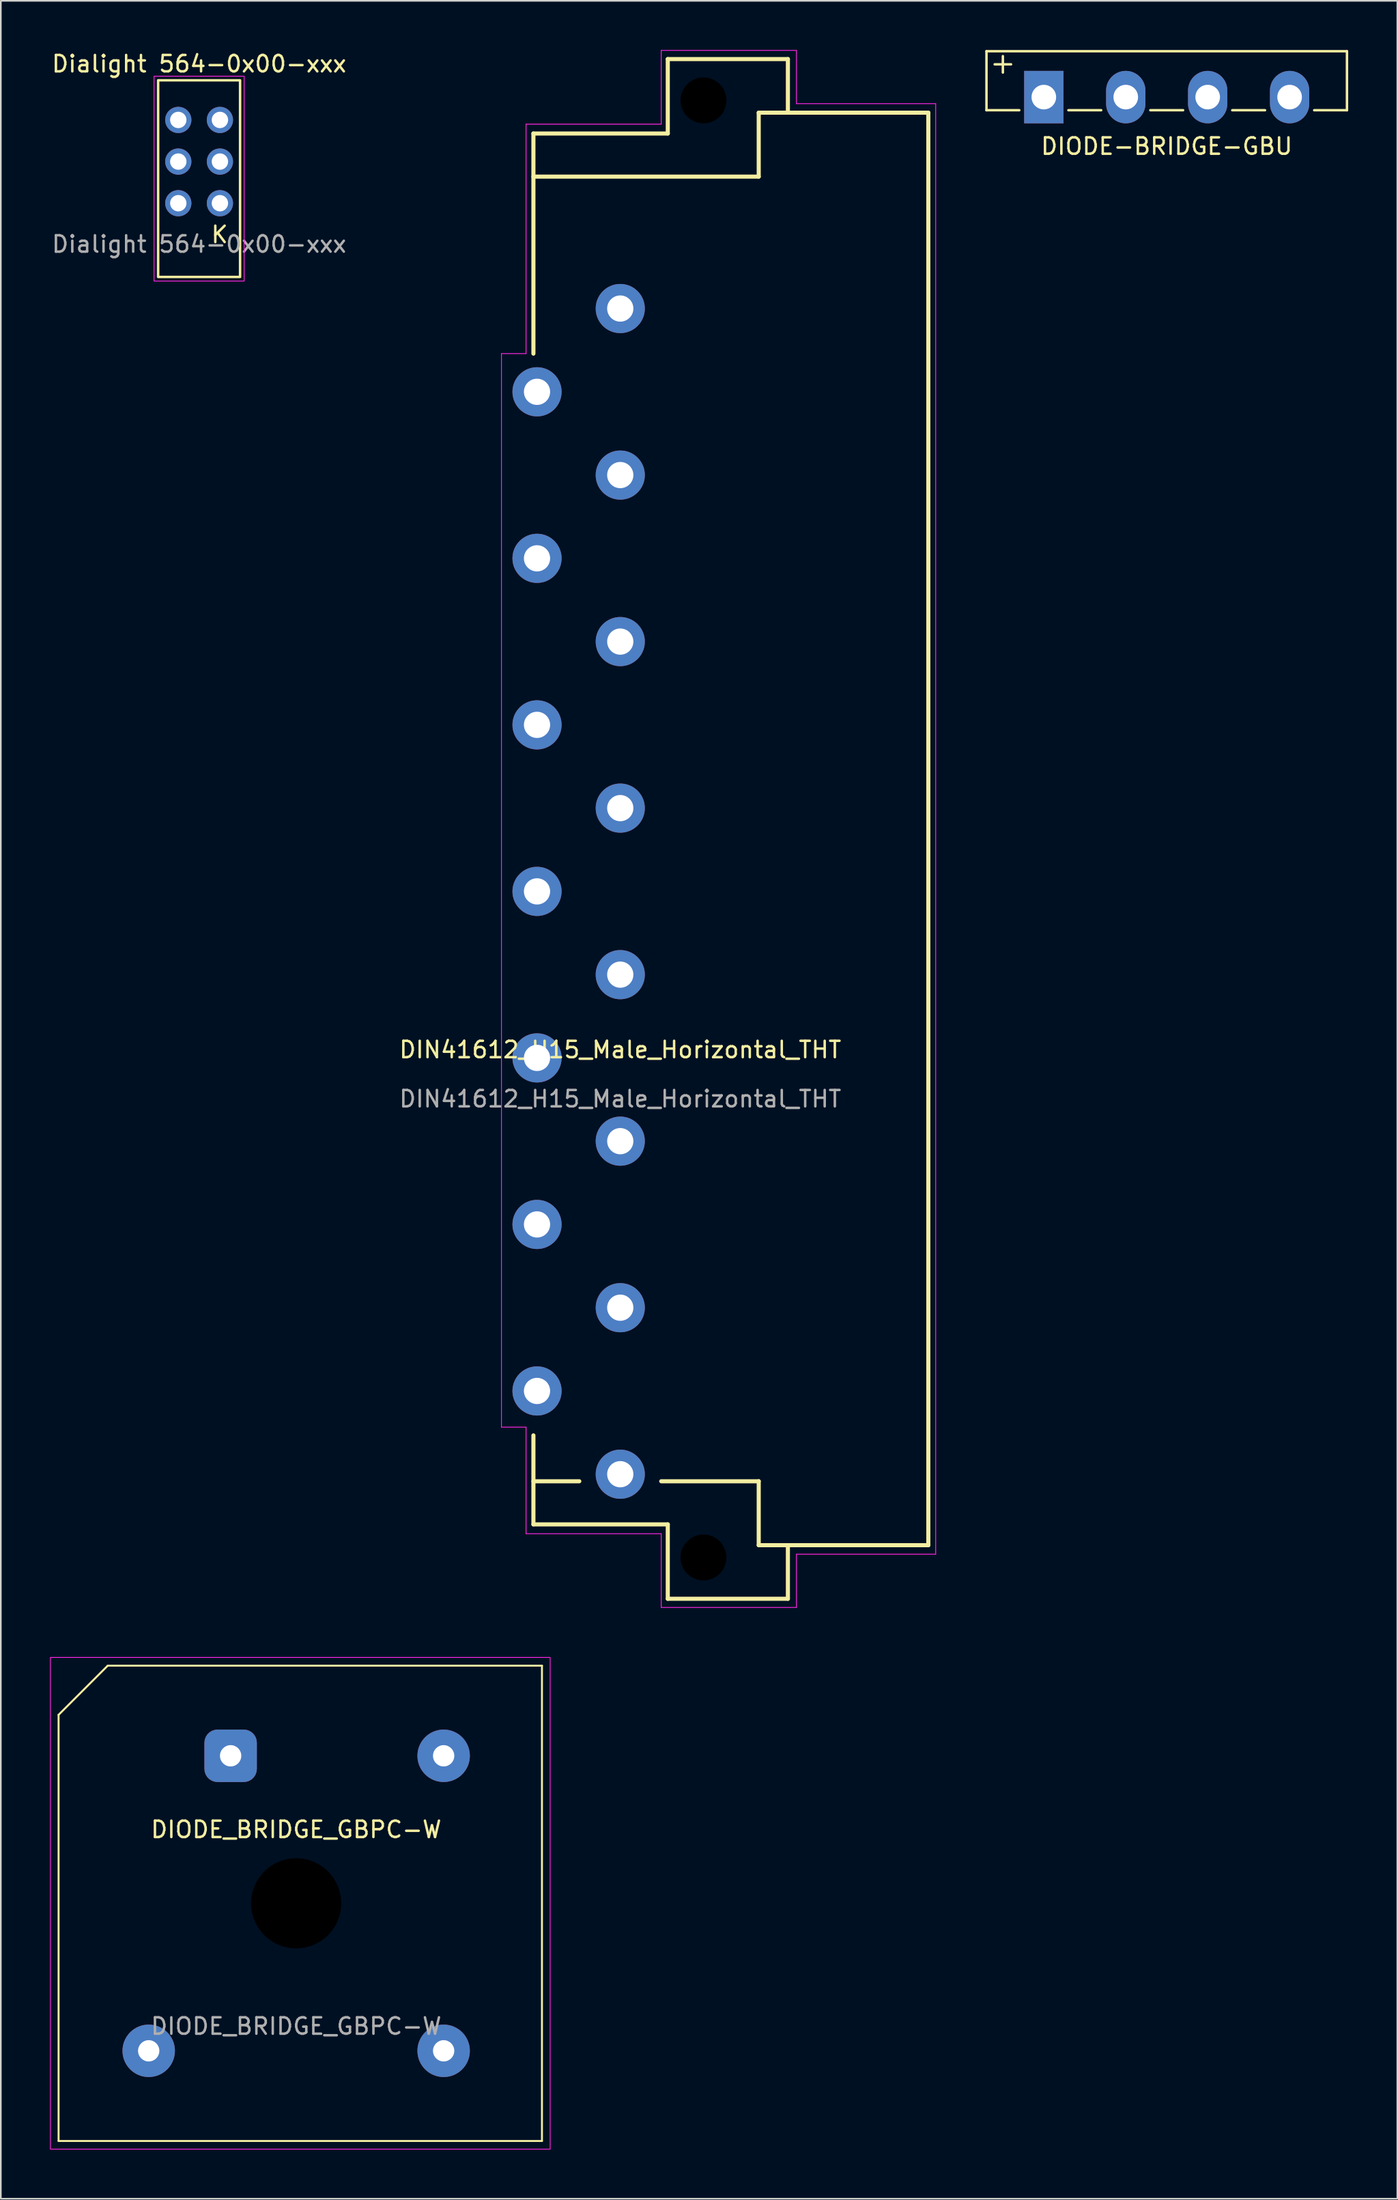
<source format=kicad_pcb>
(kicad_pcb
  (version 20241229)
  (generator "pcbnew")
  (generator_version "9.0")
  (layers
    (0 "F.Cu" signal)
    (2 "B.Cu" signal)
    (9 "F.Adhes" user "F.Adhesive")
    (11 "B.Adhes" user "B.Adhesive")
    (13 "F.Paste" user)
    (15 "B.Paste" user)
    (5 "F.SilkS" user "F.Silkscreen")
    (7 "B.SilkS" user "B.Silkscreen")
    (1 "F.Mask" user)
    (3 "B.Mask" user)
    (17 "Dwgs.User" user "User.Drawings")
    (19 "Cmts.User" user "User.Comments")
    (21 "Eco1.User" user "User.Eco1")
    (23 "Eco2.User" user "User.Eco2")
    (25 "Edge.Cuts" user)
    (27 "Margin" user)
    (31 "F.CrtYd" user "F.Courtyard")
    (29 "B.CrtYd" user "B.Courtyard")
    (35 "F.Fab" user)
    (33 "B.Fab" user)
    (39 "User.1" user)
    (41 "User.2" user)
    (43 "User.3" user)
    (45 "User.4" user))
  (footprint "DIODE-BRIDGE-GBU"
    (layer "F.Cu")
    (at 68.154 1.875)
    (property "Reference" "DIODE-BRIDGE-GBU" (at 0 4 0) (layer "F.SilkS") (effects (font (size 1 1) (thickness 0.15))))
    (attr through_hole)
    (fp_line (start -11 -1.8) (end -11 1.8) (stroke (width 0.15) (type solid)) (layer "F.SilkS"))
    (fp_line (start -11 1.8) (end -9 1.8) (stroke (width 0.15) (type solid)) (layer "F.SilkS"))
    (fp_line (start -10.5 -1) (end -9.5 -1) (stroke (width 0.15) (type solid)) (layer "F.SilkS"))
    (fp_line (start -10 -1.5) (end -10 -0.5) (stroke (width 0.15) (type solid)) (layer "F.SilkS"))
    (fp_line (start -6 1.8) (end -4 1.8) (stroke (width 0.15) (type solid)) (layer "F.SilkS"))
    (fp_line (start -1 1.8) (end 1 1.8) (stroke (width 0.15) (type solid)) (layer "F.SilkS"))
    (fp_line (start 4 1.8) (end 6 1.8) (stroke (width 0.15) (type solid)) (layer "F.SilkS"))
    (fp_line (start 11 -1.8) (end -11 -1.8) (stroke (width 0.15) (type solid)) (layer "F.SilkS"))
    (fp_line (start 11 1.8) (end 9 1.8) (stroke (width 0.15) (type solid)) (layer "F.SilkS"))
    (fp_line (start 11 1.8) (end 11 -1.8) (stroke (width 0.15) (type solid)) (layer "F.SilkS"))
    (pad "1" thru_hole rect (at -7.5 1) (size 2.4 3.2) (drill 1.5) (layers "*.Cu" "*.Mask"))
    (pad "2" thru_hole oval (at -2.5 1) (size 2.4 3.2) (drill 1.5) (layers "*.Cu" "*.Mask"))
    (pad "3" thru_hole oval (at 2.5 1) (size 2.4 3.2) (drill 1.5) (layers "*.Cu" "*.Mask"))
    (pad "4" thru_hole oval (at 7.5 1) (size 2.4 3.2) (drill 1.5) (layers "*.Cu" "*.Mask")))
  (footprint "Dialight 564-0x00-xxx"
    (layer "F.Cu")
    (at 9.101 9.348)
    (property "Reference" "Dialight 564-0x00-xxx" (at 0 -8.5 0) (unlocked yes) (layer "F.SilkS") (effects (font (size 1 1) (thickness 0.15))))
    (attr through_hole)
    (fp_rect (start -2.5 -7.5) (end 2.5 4.5) (stroke (width 0.15) (type default)) (fill no) (layer "F.SilkS"))
    (fp_rect (start -2.75 -7.75) (end 2.75 4.75) (stroke (width 0.05) (type default)) (fill no) (layer "F.CrtYd"))
    (fp_text user "K" (at 1.25 2.5 0) (unlocked yes) (layer "F.SilkS") (effects (font (size 1 1) (thickness 0.15)) (justify bottom)))
    (fp_text user "${REFERENCE}" (at 0 2.5 0) (unlocked yes) (layer "F.Fab") (effects (font (size 1 1) (thickness 0.15))))
    (pad "1" thru_hole circle (at -1.27 0) (size 1.6 1.6) (drill 1) (layers "*.Cu" "*.Mask"))
    (pad "2" thru_hole circle (at 1.27 0) (size 1.6 1.6) (drill 1) (layers "*.Cu" "*.Mask"))
    (pad "3" thru_hole circle (at -1.27 -2.54) (size 1.6 1.6) (drill 1) (layers "*.Cu" "*.Mask"))
    (pad "4" thru_hole circle (at 1.27 -2.54) (size 1.6 1.6) (drill 1) (layers "*.Cu" "*.Mask"))
    (pad "5" thru_hole circle (at -1.27 -5.08) (size 1.6 1.6) (drill 1) (layers "*.Cu" "*.Mask"))
    (pad "6" thru_hole circle (at 1.27 -5.08) (size 1.6 1.6) (drill 1) (layers "*.Cu" "*.Mask")))
  (footprint "DIN41612_H15_Male_Horizontal_THT"
    (layer "F.Cu")
    (at 34.804 47.525)
    (property "Reference" "DIN41612_H15_Male_Horizontal_THT" (at 0 13.47 0) (unlocked yes) (layer "F.SilkS") (effects (font (size 1 1) (thickness 0.15))))
    (attr through_hole)
    (fp_line (start -5.3 -42.43) (end -5.3 -29) (stroke (width 0.25) (type solid)) (layer "F.SilkS"))
    (fp_line (start -5.3 -39.8) (end 8.45 -39.8) (stroke (width 0.25) (type solid)) (layer "F.SilkS"))
    (fp_line (start -5.3 39.8) (end -2.5 39.8) (stroke (width 0.25) (type solid)) (layer "F.SilkS"))
    (fp_line (start -5.3 42.43) (end -5.3 37) (stroke (width 0.25) (type solid)) (layer "F.SilkS"))
    (fp_line (start 2.9 -46.97) (end 2.9 -42.43) (stroke (width 0.25) (type solid)) (layer "F.SilkS"))
    (fp_line (start 2.9 -42.43) (end -5.3 -42.43) (stroke (width 0.25) (type solid)) (layer "F.SilkS"))
    (fp_line (start 2.9 42.43) (end -5.3 42.43) (stroke (width 0.25) (type solid)) (layer "F.SilkS"))
    (fp_line (start 2.9 46.97) (end 2.9 42.43) (stroke (width 0.25) (type solid)) (layer "F.SilkS"))
    (fp_line (start 8.45 -43.7) (end 8.45 -39.8) (stroke (width 0.25) (type solid)) (layer "F.SilkS"))
    (fp_line (start 8.45 39.8) (end 2.5 39.8) (stroke (width 0.25) (type solid)) (layer "F.SilkS"))
    (fp_line (start 8.45 43.7) (end 8.45 39.8) (stroke (width 0.25) (type solid)) (layer "F.SilkS"))
    (fp_line (start 10.23 -46.97) (end 2.9 -46.97) (stroke (width 0.25) (type solid)) (layer "F.SilkS"))
    (fp_line (start 10.23 -46.97) (end 10.23 -43.7) (stroke (width 0.25) (type solid)) (layer "F.SilkS"))
    (fp_line (start 10.23 46.97) (end 2.9 46.97) (stroke (width 0.25) (type solid)) (layer "F.SilkS"))
    (fp_line (start 10.23 46.97) (end 10.23 43.7) (stroke (width 0.25) (type solid)) (layer "F.SilkS"))
    (fp_line (start 18.8 -43.7) (end 8.45 -43.7) (stroke (width 0.25) (type solid)) (layer "F.SilkS"))
    (fp_line (start 18.8 -43.7) (end 18.8 43.7) (stroke (width 0.25) (type solid)) (layer "F.SilkS"))
    (fp_line (start 18.8 43.7) (end 8.45 43.7) (stroke (width 0.25) (type solid)) (layer "F.SilkS"))
    (fp_line (start -7.25 -29) (end -5.75 -29) (stroke (width 0.05) (type solid)) (layer "F.CrtYd"))
    (fp_line (start -7.25 36.5) (end -7.25 -29) (stroke (width 0.05) (type solid)) (layer "F.CrtYd"))
    (fp_line (start -5.75 -43) (end 2.5 -43) (stroke (width 0.05) (type solid)) (layer "F.CrtYd"))
    (fp_line (start -5.75 -29) (end -5.75 -43) (stroke (width 0.05) (type solid)) (layer "F.CrtYd"))
    (fp_line (start -5.75 36.5) (end -7.25 36.5) (stroke (width 0.05) (type solid)) (layer "F.CrtYd"))
    (fp_line (start -5.75 43) (end -5.75 36.5) (stroke (width 0.05) (type solid)) (layer "F.CrtYd"))
    (fp_line (start 2.5 -47.5) (end 10.75 -47.5) (stroke (width 0.05) (type solid)) (layer "F.CrtYd"))
    (fp_line (start 2.5 -43) (end 2.5 -47.5) (stroke (width 0.05) (type solid)) (layer "F.CrtYd"))
    (fp_line (start 2.5 43) (end -5.75 43) (stroke (width 0.05) (type solid)) (layer "F.CrtYd"))
    (fp_line (start 2.5 47.5) (end 2.5 43) (stroke (width 0.05) (type solid)) (layer "F.CrtYd"))
    (fp_line (start 10.75 -47.5) (end 10.75 -44.25) (stroke (width 0.05) (type solid)) (layer "F.CrtYd"))
    (fp_line (start 10.75 -44.25) (end 19.25 -44.25) (stroke (width 0.05) (type solid)) (layer "F.CrtYd"))
    (fp_line (start 10.75 44.25) (end 10.75 47.5) (stroke (width 0.05) (type solid)) (layer "F.CrtYd"))
    (fp_line (start 10.75 47.5) (end 2.5 47.5) (stroke (width 0.05) (type solid)) (layer "F.CrtYd"))
    (fp_line (start 19.25 -44.25) (end 19.25 44.25) (stroke (width 0.05) (type solid)) (layer "F.CrtYd"))
    (fp_line (start 19.25 44.25) (end 10.75 44.25) (stroke (width 0.05) (type solid)) (layer "F.CrtYd"))
    (fp_text user "${REFERENCE}" (at 0 16.47 0) (unlocked yes) (layer "F.Fab") (effects (font (size 1 1) (thickness 0.15))))
    (pad "" np_thru_hole circle (at 5.08 -44.45) (size 3.4 3.4) (drill 2.8) (layers "*.Mask"))
    (pad "" np_thru_hole circle (at 5.08 44.45) (size 3.4 3.4) (drill 2.8) (layers "*.Mask"))
    (pad "d6" thru_hole circle (at -5.08 -26.67) (size 3 3) (drill 1.6) (layers "*.Cu" "*.Mask"))
    (pad "d10" thru_hole circle (at -5.08 -16.51) (size 3 3) (drill 1.6) (layers "*.Cu" "*.Mask"))
    (pad "d14" thru_hole circle (at -5.08 -6.35) (size 3 3) (drill 1.6) (layers "*.Cu" "*.Mask"))
    (pad "d18" thru_hole circle (at -5.08 3.81) (size 3 3) (drill 1.6) (layers "*.Cu" "*.Mask"))
    (pad "d22" thru_hole circle (at -5.08 13.97) (size 3 3) (drill 1.6) (layers "*.Cu" "*.Mask"))
    (pad "d26" thru_hole circle (at -5.08 24.13) (size 3 3) (drill 1.6) (layers "*.Cu" "*.Mask"))
    (pad "d30" thru_hole circle (at -5.08 34.29) (size 3 3) (drill 1.6) (layers "*.Cu" "*.Mask"))
    (pad "z4" thru_hole circle (at 0 -31.75) (size 3 3) (drill 1.6) (layers "*.Cu" "*.Mask"))
    (pad "z8" thru_hole circle (at 0 -21.59) (size 3 3) (drill 1.6) (layers "*.Cu" "*.Mask"))
    (pad "z12" thru_hole circle (at 0 -11.43) (size 3 3) (drill 1.6) (layers "*.Cu" "*.Mask"))
    (pad "z16" thru_hole circle (at 0 -1.27) (size 3 3) (drill 1.6) (layers "*.Cu" "*.Mask"))
    (pad "z20" thru_hole circle (at 0 8.89) (size 3 3) (drill 1.6) (layers "*.Cu" "*.Mask"))
    (pad "z24" thru_hole circle (at 0 19.05) (size 3 3) (drill 1.6) (layers "*.Cu" "*.Mask"))
    (pad "z28" thru_hole circle (at 0 29.21) (size 3 3) (drill 1.6) (layers "*.Cu" "*.Mask"))
    (pad "z32" thru_hole circle (at 0 39.37) (size 3 3) (drill 1.6) (layers "*.Cu" "*.Mask")))
  (footprint "DIODE_BRIDGE_GBPC-W"
    (layer "F.Cu")
    (at 15.025 113.075)
    (property "Reference" "DIODE_BRIDGE_GBPC-W" (at 0 -4.5 0) (unlocked yes) (layer "F.SilkS") (effects (font (size 1 1) (thickness 0.15))))
    (attr through_hole)
    (fp_line (start -14.5 -11.5) (end -11.5 -14.5) (stroke (width 0.12) (type solid)) (layer "F.SilkS"))
    (fp_line (start -14.5 14.5) (end -14.5 -11.5) (stroke (width 0.12) (type solid)) (layer "F.SilkS"))
    (fp_line (start -11.5 -14.5) (end 15 -14.5) (stroke (width 0.12) (type solid)) (layer "F.SilkS"))
    (fp_line (start 15 -14.5) (end 15 14.5) (stroke (width 0.12) (type solid)) (layer "F.SilkS"))
    (fp_line (start 15 14.5) (end -14.5 14.5) (stroke (width 0.12) (type solid)) (layer "F.SilkS"))
    (fp_rect (start -15 -15) (end 15.5 15) (stroke (width 0.05) (type solid)) (fill no) (layer "F.CrtYd"))
    (fp_text user "${REFERENCE}" (at 0 7.5 0) (unlocked yes) (layer "F.Fab") (effects (font (size 1 1) (thickness 0.15))))
    (pad "" np_thru_hole circle (at 0 0) (size 5.5 5.5) (drill 5.5) (layers "*.Mask"))
    (pad "1" thru_hole roundrect (at -4 -9) (size 3.2 3.2) (drill 1.3) (layers "*.Cu" "*.Mask") (roundrect_rratio 0.25))
    (pad "2" thru_hole circle (at 9 -9) (size 3.2 3.2) (drill 1.3) (layers "*.Cu" "*.Mask"))
    (pad "3" thru_hole circle (at -9 9) (size 3.2 3.2) (drill 1.3) (layers "*.Cu" "*.Mask"))
    (pad "4" thru_hole circle (at 9 9) (size 3.2 3.2) (drill 1.3) (layers "*.Cu" "*.Mask")))
  (gr_rect
    (start -3 -3)
    (end 82.229 131.1)
    (stroke (width 0.1) (type default))
    (fill no)
    (layer "Edge.Cuts")))
</source>
